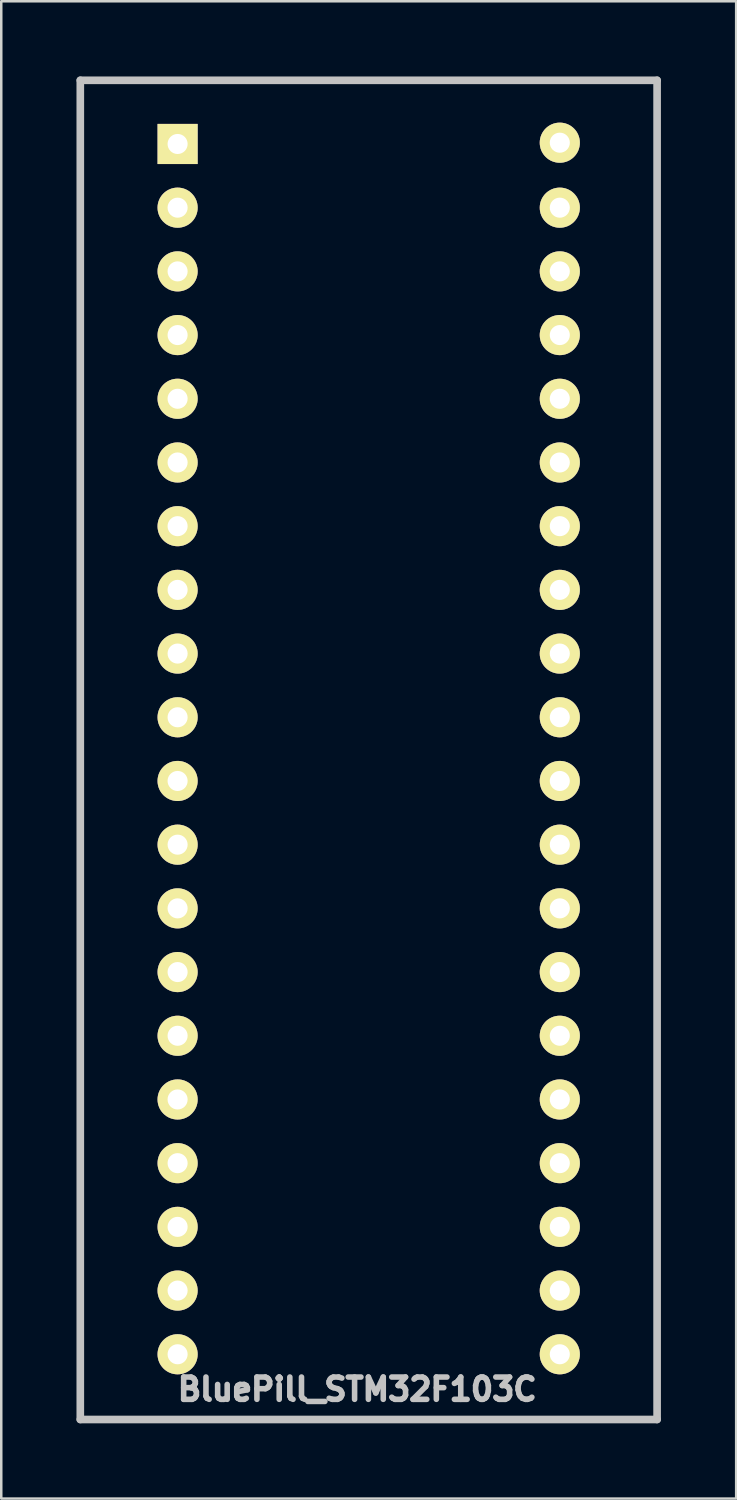
<source format=kicad_pcb>
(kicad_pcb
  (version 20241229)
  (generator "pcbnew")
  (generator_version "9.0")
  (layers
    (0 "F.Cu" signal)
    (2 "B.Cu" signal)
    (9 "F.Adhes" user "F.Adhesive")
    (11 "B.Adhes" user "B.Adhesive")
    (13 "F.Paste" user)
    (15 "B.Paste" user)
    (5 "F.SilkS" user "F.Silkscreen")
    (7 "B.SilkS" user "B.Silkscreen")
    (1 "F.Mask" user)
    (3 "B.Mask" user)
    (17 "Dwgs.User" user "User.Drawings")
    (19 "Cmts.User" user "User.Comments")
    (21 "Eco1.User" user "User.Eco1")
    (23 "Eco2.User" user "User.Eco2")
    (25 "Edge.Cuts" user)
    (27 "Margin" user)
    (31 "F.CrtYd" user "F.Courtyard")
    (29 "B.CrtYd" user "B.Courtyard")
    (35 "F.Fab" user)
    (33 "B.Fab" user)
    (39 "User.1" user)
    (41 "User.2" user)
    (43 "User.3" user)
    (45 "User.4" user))
  (footprint "BluePill_STM32F103C"
    (layer "F.Cu")
    (at 4.032 2.742)
    (property "Reference" "BluePill_STM32F103C" (at 7.163 49.606 180) (layer "Dwgs.User") (effects (font (size 0.889 0.889) (thickness 0.222))))
    (attr through_hole)
    (fp_line (start -3.88 -2.59) (end 19.12 -2.59) (stroke (width 0.305) (type solid)) (layer "Dwgs.User"))
    (fp_line (start -3.88 50.81) (end -3.88 -2.59) (stroke (width 0.305) (type solid)) (layer "Dwgs.User"))
    (fp_line (start 19.12 -2.59) (end 19.12 50.81) (stroke (width 0.305) (type solid)) (layer "Dwgs.User"))
    (fp_line (start 19.12 50.81) (end -3.88 50.81) (stroke (width 0.305) (type solid)) (layer "Dwgs.User"))
    (pad "1" thru_hole rect (at 0 -0.051 270) (size 1.6 1.6) (drill 0.8) (layers "*.Cu" "*.Mask" "F.SilkS"))
    (pad "2" thru_hole oval (at 0 2.489 270) (size 1.6 1.6) (drill 0.8) (layers "*.Cu" "*.Mask" "F.SilkS"))
    (pad "3" thru_hole oval (at 0 5.029 270) (size 1.6 1.6) (drill 0.8) (layers "*.Cu" "*.Mask" "F.SilkS"))
    (pad "4" thru_hole oval (at 0 7.569 270) (size 1.6 1.6) (drill 0.8) (layers "*.Cu" "*.Mask" "F.SilkS"))
    (pad "5" thru_hole oval (at 0 10.109 270) (size 1.6 1.6) (drill 0.8) (layers "*.Cu" "*.Mask" "F.SilkS"))
    (pad "6" thru_hole oval (at 0 12.649 270) (size 1.6 1.6) (drill 0.8) (layers "*.Cu" "*.Mask" "F.SilkS"))
    (pad "7" thru_hole oval (at 0 15.189 270) (size 1.6 1.6) (drill 0.8) (layers "*.Cu" "*.Mask" "F.SilkS"))
    (pad "8" thru_hole oval (at 0 17.729 270) (size 1.6 1.6) (drill 0.8) (layers "*.Cu" "*.Mask" "F.SilkS"))
    (pad "9" thru_hole oval (at 0 20.269 270) (size 1.6 1.6) (drill 0.8) (layers "*.Cu" "*.Mask" "F.SilkS"))
    (pad "10" thru_hole oval (at 0 22.809 270) (size 1.6 1.6) (drill 0.8) (layers "*.Cu" "*.Mask" "F.SilkS"))
    (pad "11" thru_hole oval (at 0 25.349 270) (size 1.6 1.6) (drill 0.8) (layers "*.Cu" "*.Mask" "F.SilkS"))
    (pad "12" thru_hole oval (at 0 27.889 270) (size 1.6 1.6) (drill 0.8) (layers "*.Cu" "*.Mask" "F.SilkS"))
    (pad "13" thru_hole oval (at 0 30.429 270) (size 1.6 1.6) (drill 0.8) (layers "*.Cu" "*.Mask" "F.SilkS"))
    (pad "14" thru_hole oval (at 0 32.969 270) (size 1.6 1.6) (drill 0.8) (layers "*.Cu" "*.Mask" "F.SilkS"))
    (pad "15" thru_hole oval (at 0 35.509 270) (size 1.6 1.6) (drill 0.8) (layers "*.Cu" "*.Mask" "F.SilkS"))
    (pad "16" thru_hole oval (at 0 38.049 270) (size 1.6 1.6) (drill 0.8) (layers "*.Cu" "*.Mask" "F.SilkS"))
    (pad "17" thru_hole oval (at 0 40.589 270) (size 1.6 1.6) (drill 0.8) (layers "*.Cu" "*.Mask" "F.SilkS"))
    (pad "18" thru_hole oval (at 0 43.129 270) (size 1.6 1.6) (drill 0.8) (layers "*.Cu" "*.Mask" "F.SilkS"))
    (pad "19" thru_hole oval (at 0 45.669 270) (size 1.6 1.6) (drill 0.8) (layers "*.Cu" "*.Mask" "F.SilkS"))
    (pad "20" thru_hole oval (at 0 48.209 270) (size 1.6 1.6) (drill 0.8) (layers "*.Cu" "*.Mask" "F.SilkS"))
    (pad "21" thru_hole oval (at 15.24 48.209 90) (size 1.6 1.6) (drill 0.8) (layers "*.Cu" "*.Mask" "F.SilkS"))
    (pad "22" thru_hole oval (at 15.24 45.669 90) (size 1.6 1.6) (drill 0.8) (layers "*.Cu" "*.Mask" "F.SilkS"))
    (pad "23" thru_hole oval (at 15.24 43.129 90) (size 1.6 1.6) (drill 0.8) (layers "*.Cu" "*.Mask" "F.SilkS"))
    (pad "24" thru_hole oval (at 15.24 40.589 90) (size 1.6 1.6) (drill 0.8) (layers "*.Cu" "*.Mask" "F.SilkS"))
    (pad "25" thru_hole oval (at 15.24 38.049 90) (size 1.6 1.6) (drill 0.8) (layers "*.Cu" "*.Mask" "F.SilkS"))
    (pad "26" thru_hole oval (at 15.24 35.509 90) (size 1.6 1.6) (drill 0.8) (layers "*.Cu" "*.Mask" "F.SilkS"))
    (pad "27" thru_hole oval (at 15.24 32.969 90) (size 1.6 1.6) (drill 0.8) (layers "*.Cu" "*.Mask" "F.SilkS"))
    (pad "28" thru_hole oval (at 15.24 30.429 90) (size 1.6 1.6) (drill 0.8) (layers "*.Cu" "*.Mask" "F.SilkS"))
    (pad "29" thru_hole oval (at 15.24 27.889 90) (size 1.6 1.6) (drill 0.8) (layers "*.Cu" "*.Mask" "F.SilkS"))
    (pad "30" thru_hole oval (at 15.24 25.349 90) (size 1.6 1.6) (drill 0.8) (layers "*.Cu" "*.Mask" "F.SilkS"))
    (pad "31" thru_hole oval (at 15.24 22.809 90) (size 1.6 1.6) (drill 0.8) (layers "*.Cu" "*.Mask" "F.SilkS"))
    (pad "32" thru_hole oval (at 15.24 20.269 90) (size 1.6 1.6) (drill 0.8) (layers "*.Cu" "*.Mask" "F.SilkS"))
    (pad "33" thru_hole oval (at 15.24 17.729 90) (size 1.6 1.6) (drill 0.8) (layers "*.Cu" "*.Mask" "F.SilkS"))
    (pad "34" thru_hole oval (at 15.24 15.189 90) (size 1.6 1.6) (drill 0.8) (layers "*.Cu" "*.Mask" "F.SilkS"))
    (pad "35" thru_hole oval (at 15.24 12.649 90) (size 1.6 1.6) (drill 0.8) (layers "*.Cu" "*.Mask" "F.SilkS"))
    (pad "36" thru_hole oval (at 15.24 10.109 90) (size 1.6 1.6) (drill 0.8) (layers "*.Cu" "*.Mask" "F.SilkS"))
    (pad "37" thru_hole oval (at 15.24 7.569 90) (size 1.6 1.6) (drill 0.8) (layers "*.Cu" "*.Mask" "F.SilkS"))
    (pad "38" thru_hole oval (at 15.24 5.029 90) (size 1.6 1.6) (drill 0.8) (layers "*.Cu" "*.Mask" "F.SilkS"))
    (pad "39" thru_hole oval (at 15.24 2.489 90) (size 1.6 1.6) (drill 0.8) (layers "*.Cu" "*.Mask" "F.SilkS"))
    (pad "40" thru_hole oval (at 15.24 -0.102 90) (size 1.6 1.6) (drill 0.8) (layers "*.Cu" "*.Mask" "F.SilkS")))
  (gr_rect
    (start -3 -3)
    (end 26.305 56.705)
    (stroke (width 0.1) (type default))
    (fill no)
    (layer "Edge.Cuts")))
</source>
